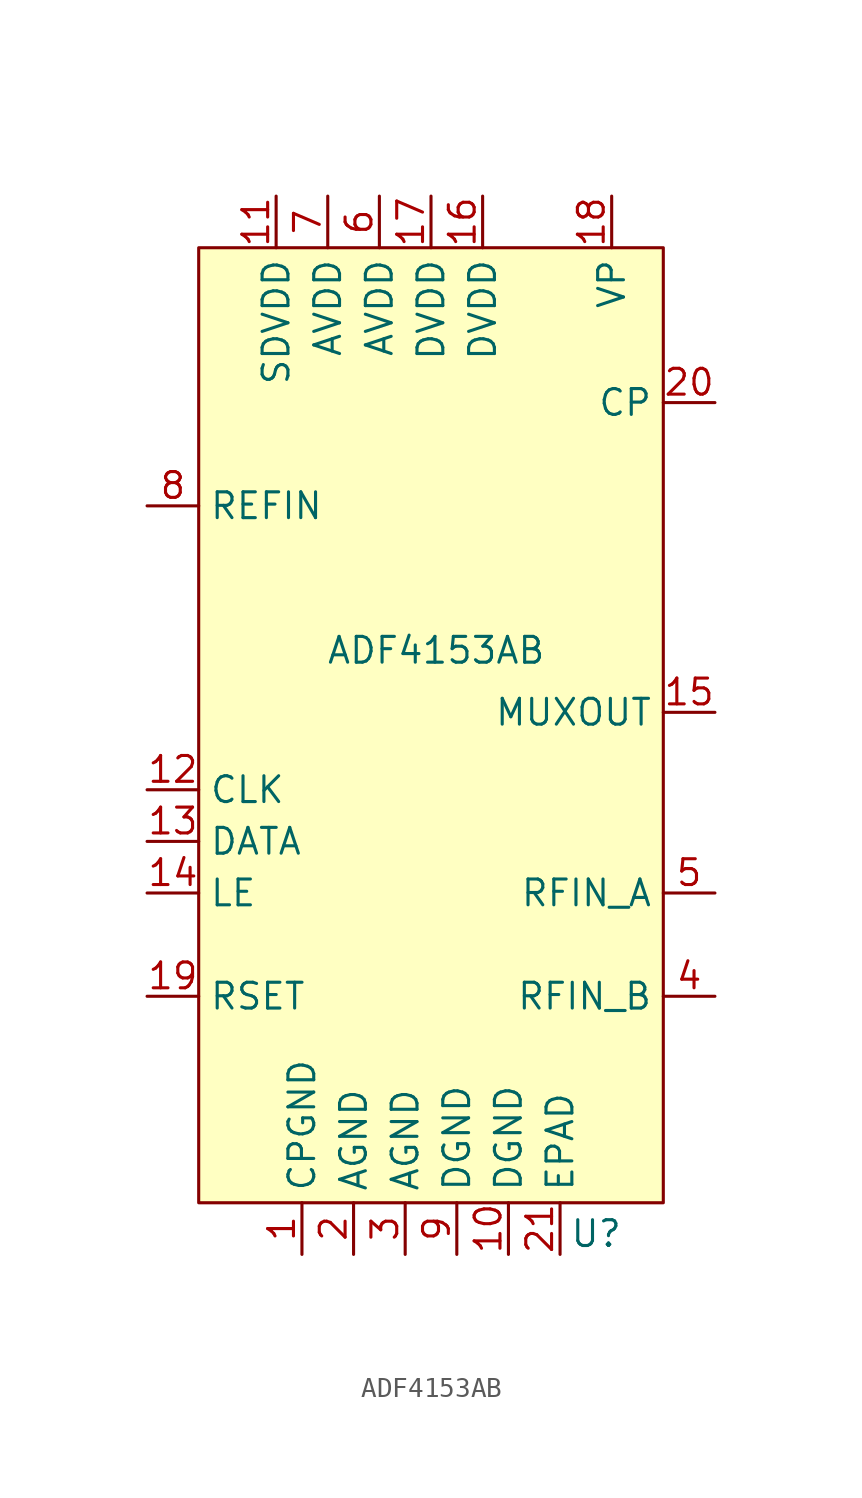
<source format=kicad_sym>
(kicad_symbol_lib
  (version 20231120)
  (generator "kicad_symbol_editor")
  (generator_version "8.0")
  (symbol "ADF4153AB"
    (property "Reference" "U"
      (at -52.832 -51.054 0)
      (effects (font (size 1.27 1.27))))
    (property "Value" "ADF4153AB"
      (at -60.706 -22.352 0)
      (effects (font (size 1.27 1.27))))
    (symbol "ADF4153AB_0_0"
      (pin power_in line (at -67.31 -52.07 90) (length 2.54) (name "CPGND" (effects (font (size 1.27 1.27)))) (number "1" (effects (font (size 1.27 1.27)))))
      (pin power_in line (at -57.15 -52.07 90) (length 2.54) (name "DGND" (effects (font (size 1.27 1.27)))) (number "10" (effects (font (size 1.27 1.27)))))
      (pin power_in line (at -68.58 0 270) (length 2.54) (name "SDVDD" (effects (font (size 1.27 1.27)))) (number "11" (effects (font (size 1.27 1.27)))))
      (pin input line (at -74.93 -29.21 0) (length 2.54) (name "CLK" (effects (font (size 1.27 1.27)))) (number "12" (effects (font (size 1.27 1.27)))))
      (pin input line (at -74.93 -31.75 0) (length 2.54) (name "DATA" (effects (font (size 1.27 1.27)))) (number "13" (effects (font (size 1.27 1.27)))))
      (pin input line (at -74.93 -34.29 0) (length 2.54) (name "LE" (effects (font (size 1.27 1.27)))) (number "14" (effects (font (size 1.27 1.27)))))
      (pin output line (at -46.99 -25.4 180) (length 2.54) (name "MUXOUT" (effects (font (size 1.27 1.27)))) (number "15" (effects (font (size 1.27 1.27)))))
      (pin power_in line (at -58.42 0 270) (length 2.54) (name "DVDD" (effects (font (size 1.27 1.27)))) (number "16" (effects (font (size 1.27 1.27)))))
      (pin power_in line (at -60.96 0 270) (length 2.54) (name "DVDD" (effects (font (size 1.27 1.27)))) (number "17" (effects (font (size 1.27 1.27)))))
      (pin power_in line (at -52.07 0 270) (length 2.54) (name "VP" (effects (font (size 1.27 1.27)))) (number "18" (effects (font (size 1.27 1.27)))))
      (pin input line (at -74.93 -39.37 0) (length 2.54) (name "RSET" (effects (font (size 1.27 1.27)))) (number "19" (effects (font (size 1.27 1.27)))))
      (pin power_in line (at -64.77 -52.07 90) (length 2.54) (name "AGND" (effects (font (size 1.27 1.27)))) (number "2" (effects (font (size 1.27 1.27)))))
      (pin output line (at -46.99 -10.16 180) (length 2.54) (name "CP" (effects (font (size 1.27 1.27)))) (number "20" (effects (font (size 1.27 1.27)))))
      (pin power_in line (at -54.61 -52.07 90) (length 2.54) (name "EPAD" (effects (font (size 1.27 1.27)))) (number "21" (effects (font (size 1.27 1.27)))))
      (pin power_in line (at -62.23 -52.07 90) (length 2.54) (name "AGND" (effects (font (size 1.27 1.27)))) (number "3" (effects (font (size 1.27 1.27)))))
      (pin input line (at -46.99 -39.37 180) (length 2.54) (name "RFIN_B" (effects (font (size 1.27 1.27)))) (number "4" (effects (font (size 1.27 1.27)))))
      (pin input line (at -46.99 -34.29 180) (length 2.54) (name "RFIN_A" (effects (font (size 1.27 1.27)))) (number "5" (effects (font (size 1.27 1.27)))))
      (pin power_in line (at -63.5 0 270) (length 2.54) (name "AVDD" (effects (font (size 1.27 1.27)))) (number "6" (effects (font (size 1.27 1.27)))))
      (pin power_in line (at -66.04 0 270) (length 2.54) (name "AVDD" (effects (font (size 1.27 1.27)))) (number "7" (effects (font (size 1.27 1.27)))))
      (pin input line (at -74.93 -15.24 0) (length 2.54) (name "REFIN" (effects (font (size 1.27 1.27)))) (number "8" (effects (font (size 1.27 1.27)))))
      (pin power_in line (at -59.69 -52.07 90) (length 2.54) (name "DGND" (effects (font (size 1.27 1.27)))) (number "9" (effects (font (size 1.27 1.27))))))
    (symbol "ADF4153AB_1_1"
      (rectangle (start -72.39 -2.54) (end -49.53 -49.53) (stroke (width 0) (type default)) (fill (type color) (color 255 255 194 1))))))
</source>
